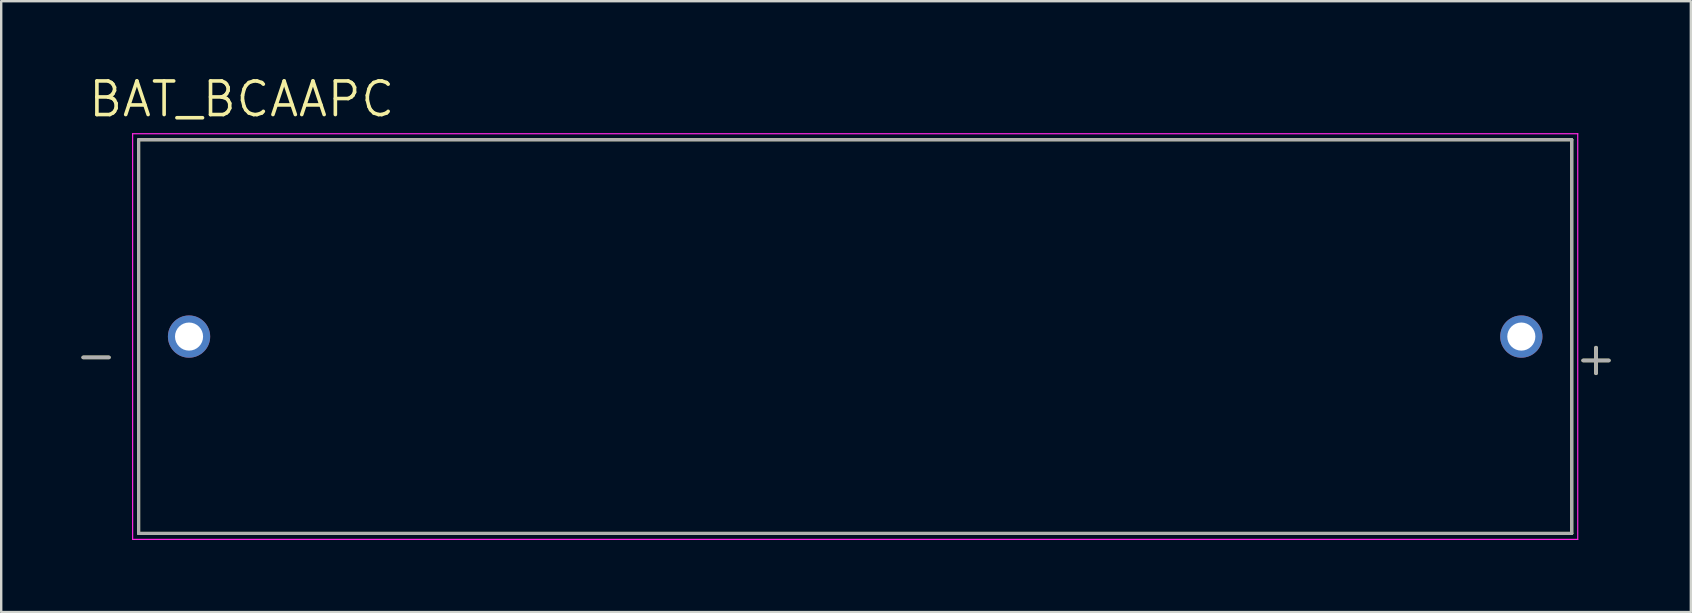
<source format=kicad_pcb>
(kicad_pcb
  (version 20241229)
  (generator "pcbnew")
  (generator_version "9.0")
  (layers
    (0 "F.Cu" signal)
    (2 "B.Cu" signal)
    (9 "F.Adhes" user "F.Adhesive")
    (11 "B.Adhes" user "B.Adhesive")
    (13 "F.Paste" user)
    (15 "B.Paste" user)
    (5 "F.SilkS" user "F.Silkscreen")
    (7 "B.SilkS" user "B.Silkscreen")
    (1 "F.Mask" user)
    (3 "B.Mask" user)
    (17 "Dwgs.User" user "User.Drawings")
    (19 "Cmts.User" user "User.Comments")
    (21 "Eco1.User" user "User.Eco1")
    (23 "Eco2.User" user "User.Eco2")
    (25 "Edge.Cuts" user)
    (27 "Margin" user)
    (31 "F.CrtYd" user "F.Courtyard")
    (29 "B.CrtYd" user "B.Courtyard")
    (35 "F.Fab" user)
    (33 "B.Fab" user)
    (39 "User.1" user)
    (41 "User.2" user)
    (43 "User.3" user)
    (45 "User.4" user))
  (footprint "BAT_BCAAPC"
    (layer "F.Cu")
    (at 32.575 10.971)
    (property "Reference" "BAT_BCAAPC" (at -25.555 -9.889 0) (layer "F.SilkS") (effects (font (size 1.4 1.4) (thickness 0.15))))
    (attr through_hole)
    (fp_line (start -29.85 -8.2) (end -29.85 8.2) (stroke (width 0.127) (type solid)) (layer "F.SilkS"))
    (fp_line (start -29.85 8.2) (end 29.85 8.2) (stroke (width 0.127) (type solid)) (layer "F.SilkS"))
    (fp_line (start 29.85 -8.2) (end -29.85 -8.2) (stroke (width 0.127) (type solid)) (layer "F.SilkS"))
    (fp_line (start 29.85 8.2) (end 29.85 -8.2) (stroke (width 0.127) (type solid)) (layer "F.SilkS"))
    (fp_line (start -30.1 -8.45) (end -30.1 8.45) (stroke (width 0.05) (type solid)) (layer "F.CrtYd"))
    (fp_line (start -30.1 8.45) (end 30.1 8.45) (stroke (width 0.05) (type solid)) (layer "F.CrtYd"))
    (fp_line (start 30.1 -8.45) (end -30.1 -8.45) (stroke (width 0.05) (type solid)) (layer "F.CrtYd"))
    (fp_line (start 30.1 8.45) (end 30.1 -8.45) (stroke (width 0.05) (type solid)) (layer "F.CrtYd"))
    (fp_line (start -29.85 -8.2) (end -29.85 8.2) (stroke (width 0.127) (type solid)) (layer "F.Fab"))
    (fp_line (start -29.85 8.2) (end 29.85 8.2) (stroke (width 0.127) (type solid)) (layer "F.Fab"))
    (fp_line (start 29.85 -8.2) (end -29.85 -8.2) (stroke (width 0.127) (type solid)) (layer "F.Fab"))
    (fp_line (start 29.85 8.2) (end 29.85 -8.2) (stroke (width 0.127) (type solid)) (layer "F.Fab"))
    (fp_text user "-" (at -31.623 0.762 0) (layer "F.SilkS") (effects (font (size 1.4 1.4) (thickness 0.15))))
    (fp_text user "+" (at 30.861 0.889 0) (layer "F.SilkS") (effects (font (size 1.4 1.4) (thickness 0.15))))
    (fp_text user "-" (at -31.623 0.762 0) (layer "F.Fab") (effects (font (size 1.4 1.4) (thickness 0.15))))
    (fp_text user "+" (at 30.861 0.889 0) (layer "F.Fab") (effects (font (size 1.4 1.4) (thickness 0.15))))
    (pad "N" thru_hole circle (at -27.75 0) (size 1.76 1.76) (drill 1.17) (layers "*.Cu" "*.Mask"))
    (pad "P" thru_hole circle (at 27.75 0) (size 1.76 1.76) (drill 1.17) (layers "*.Cu" "*.Mask")))
  (gr_rect
    (start -3 -3)
    (end 67.387 22.446)
    (stroke (width 0.1) (type default))
    (fill no)
    (layer "Edge.Cuts")))
</source>
